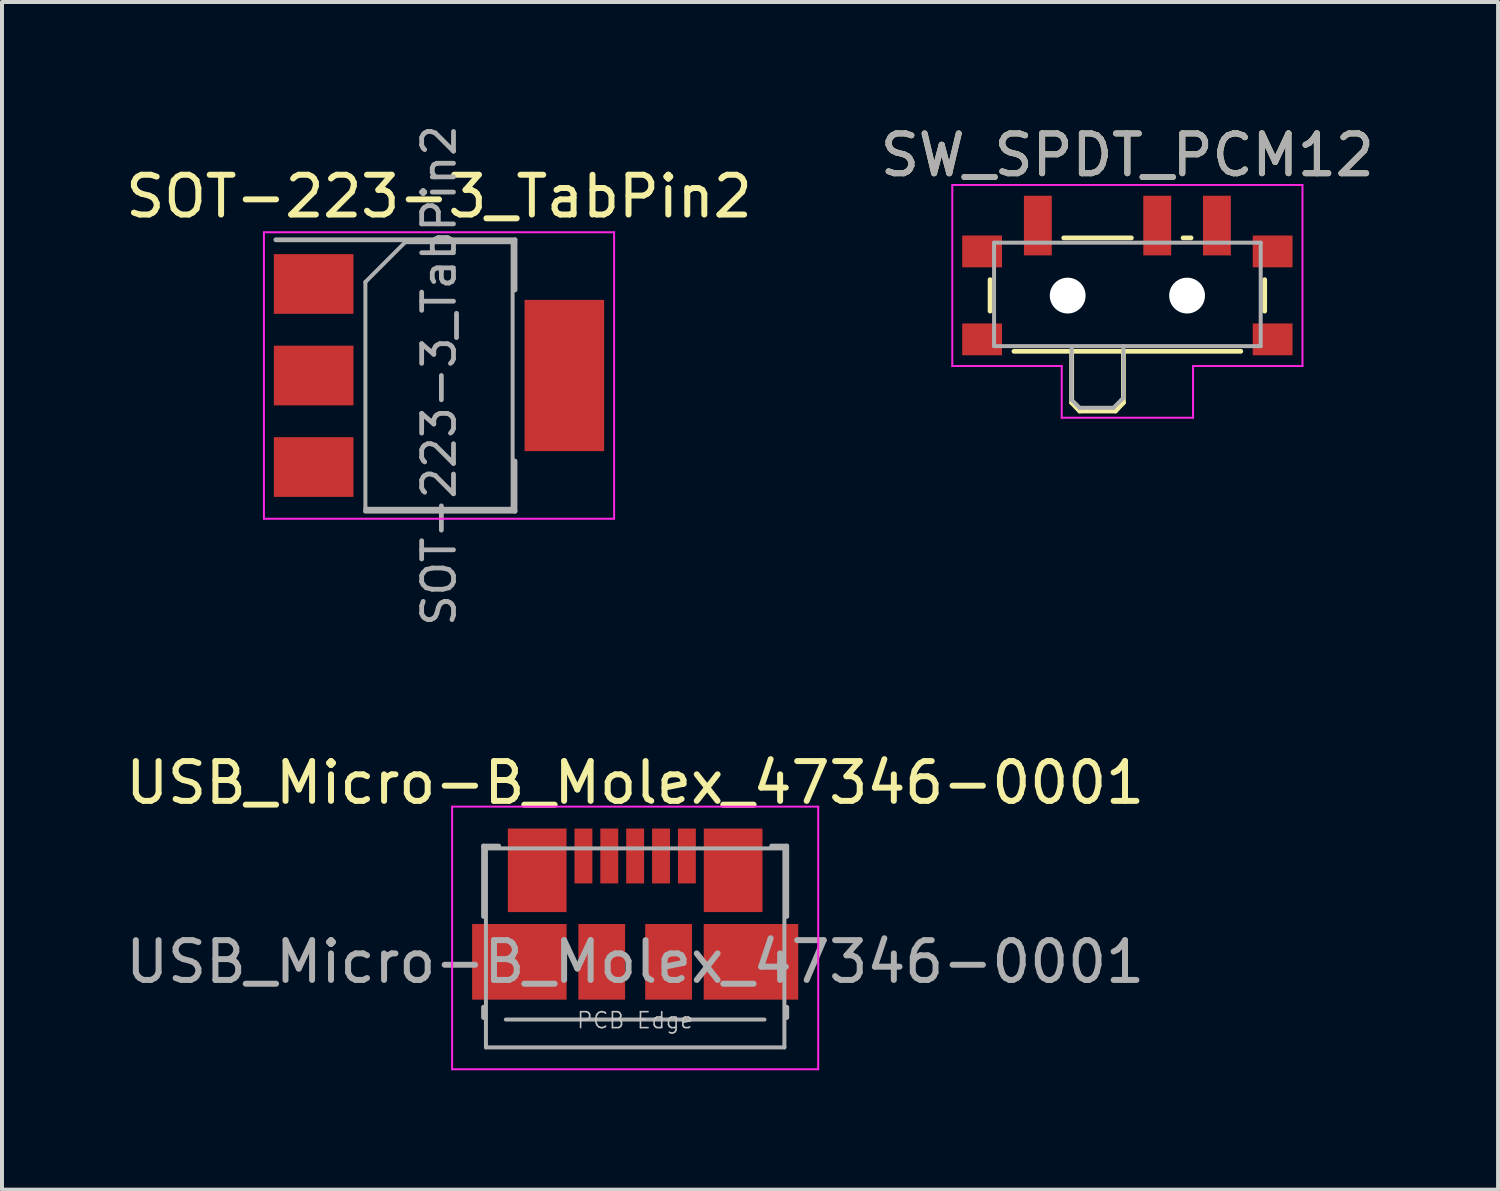
<source format=kicad_pcb>
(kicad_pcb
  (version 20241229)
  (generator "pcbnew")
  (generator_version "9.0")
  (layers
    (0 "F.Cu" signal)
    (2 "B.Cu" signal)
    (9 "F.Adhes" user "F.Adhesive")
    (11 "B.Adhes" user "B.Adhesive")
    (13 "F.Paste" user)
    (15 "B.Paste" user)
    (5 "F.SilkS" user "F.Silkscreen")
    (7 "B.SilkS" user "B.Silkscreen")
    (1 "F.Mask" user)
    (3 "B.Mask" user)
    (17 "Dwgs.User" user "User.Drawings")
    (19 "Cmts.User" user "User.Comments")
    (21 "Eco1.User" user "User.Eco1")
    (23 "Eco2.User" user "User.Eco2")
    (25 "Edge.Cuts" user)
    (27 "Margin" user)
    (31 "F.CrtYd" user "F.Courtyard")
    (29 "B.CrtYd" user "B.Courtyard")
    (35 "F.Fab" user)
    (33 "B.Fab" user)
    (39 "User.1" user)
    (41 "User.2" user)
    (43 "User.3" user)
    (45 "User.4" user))
  (footprint "SOT-223-3_TabPin2"
    (layer "F.Cu")
    (at 7.982 6.386)
    (property "Reference" "SOT-223-3_TabPin2" (at 0 -4.5 0) (layer "F.SilkS") (effects (font (size 1 1) (thickness 0.15))))
    (attr smd)
    (fp_line (start -4.4 -3.6) (end -4.4 3.6) (stroke (width 0.05) (type solid)) (layer "F.CrtYd"))
    (fp_line (start -4.4 3.6) (end 4.4 3.6) (stroke (width 0.05) (type solid)) (layer "F.CrtYd"))
    (fp_line (start 4.4 -3.6) (end -4.4 -3.6) (stroke (width 0.05) (type solid)) (layer "F.CrtYd"))
    (fp_line (start 4.4 3.6) (end 4.4 -3.6) (stroke (width 0.05) (type solid)) (layer "F.CrtYd"))
    (fp_line (start -4.1 -3.41) (end 1.91 -3.41) (stroke (width 0.12) (type solid)) (layer "F.Fab"))
    (fp_line (start -1.85 -2.35) (end -1.85 3.35) (stroke (width 0.1) (type solid)) (layer "F.Fab"))
    (fp_line (start -1.85 -2.35) (end -0.85 -3.35) (stroke (width 0.1) (type solid)) (layer "F.Fab"))
    (fp_line (start -1.85 3.35) (end 1.85 3.35) (stroke (width 0.1) (type solid)) (layer "F.Fab"))
    (fp_line (start -1.85 3.41) (end 1.91 3.41) (stroke (width 0.12) (type solid)) (layer "F.Fab"))
    (fp_line (start -0.85 -3.35) (end 1.85 -3.35) (stroke (width 0.1) (type solid)) (layer "F.Fab"))
    (fp_line (start 1.85 -3.35) (end 1.85 3.35) (stroke (width 0.1) (type solid)) (layer "F.Fab"))
    (fp_line (start 1.91 -3.41) (end 1.91 -2.15) (stroke (width 0.12) (type solid)) (layer "F.Fab"))
    (fp_line (start 1.91 3.41) (end 1.91 2.15) (stroke (width 0.12) (type solid)) (layer "F.Fab"))
    (fp_text user "${REFERENCE}" (at 0 0 90) (layer "F.Fab") (effects (font (size 0.8 0.8) (thickness 0.12))))
    (pad "1" smd rect (at -3.15 -2.3) (size 2 1.5) (layers "F.Cu" "F.Mask" "F.Paste"))
    (pad "2" smd rect (at -3.15 0) (size 2 1.5) (layers "F.Cu" "F.Mask" "F.Paste"))
    (pad "2" smd rect (at 3.15 0) (size 2 3.8) (layers "F.Cu" "F.Mask" "F.Paste"))
    (pad "3" smd rect (at -3.15 2.3) (size 2 1.5) (layers "F.Cu" "F.Mask" "F.Paste")))
  (footprint "SW_SPDT_PCM12"
    (layer "F.Cu")
    (at 25.28 4.048)
    (property "Reference" "SW_SPDT_PCM12" (at 0 -3.2 0) (layer "F.SilkS") (effects (font (size 1 1) (thickness 0.15))))
    (attr smd)
    (fp_line (start -3.45 -0.07) (end -3.45 0.72) (stroke (width 0.12) (type solid)) (layer "F.SilkS"))
    (fp_line (start -2.85 1.73) (end 2.85 1.73) (stroke (width 0.12) (type solid)) (layer "F.SilkS"))
    (fp_line (start -1.6 -1.12) (end 0.1 -1.12) (stroke (width 0.12) (type solid)) (layer "F.SilkS"))
    (fp_line (start -1.4 1.73) (end -1.4 3.02) (stroke (width 0.12) (type solid)) (layer "F.SilkS"))
    (fp_line (start -1.4 3.02) (end -1.2 3.23) (stroke (width 0.12) (type solid)) (layer "F.SilkS"))
    (fp_line (start -1.2 3.23) (end -0.3 3.23) (stroke (width 0.12) (type solid)) (layer "F.SilkS"))
    (fp_line (start -0.1 3.02) (end -0.3 3.23) (stroke (width 0.12) (type solid)) (layer "F.SilkS"))
    (fp_line (start -0.1 3.02) (end -0.1 1.73) (stroke (width 0.12) (type solid)) (layer "F.SilkS"))
    (fp_line (start 1.4 -1.12) (end 1.6 -1.12) (stroke (width 0.12) (type solid)) (layer "F.SilkS"))
    (fp_line (start 3.45 0.72) (end 3.45 -0.07) (stroke (width 0.12) (type solid)) (layer "F.SilkS"))
    (fp_line (start -4.4 -2.45) (end 4.4 -2.45) (stroke (width 0.05) (type solid)) (layer "F.CrtYd"))
    (fp_line (start -4.4 2.1) (end -4.4 -2.45) (stroke (width 0.05) (type solid)) (layer "F.CrtYd"))
    (fp_line (start -1.65 2.1) (end -4.4 2.1) (stroke (width 0.05) (type solid)) (layer "F.CrtYd"))
    (fp_line (start -1.65 3.4) (end -1.65 2.1) (stroke (width 0.05) (type solid)) (layer "F.CrtYd"))
    (fp_line (start 1.65 2.1) (end 1.65 3.4) (stroke (width 0.05) (type solid)) (layer "F.CrtYd"))
    (fp_line (start 1.65 3.4) (end -1.65 3.4) (stroke (width 0.05) (type solid)) (layer "F.CrtYd"))
    (fp_line (start 4.4 -2.45) (end 4.4 2.1) (stroke (width 0.05) (type solid)) (layer "F.CrtYd"))
    (fp_line (start 4.4 2.1) (end 1.65 2.1) (stroke (width 0.05) (type solid)) (layer "F.CrtYd"))
    (fp_line (start -3.35 -1) (end -3.35 1.6) (stroke (width 0.1) (type solid)) (layer "F.Fab"))
    (fp_line (start -3.35 1.6) (end 3.35 1.6) (stroke (width 0.1) (type solid)) (layer "F.Fab"))
    (fp_line (start -1.4 1.65) (end -1.4 2.95) (stroke (width 0.1) (type solid)) (layer "F.Fab"))
    (fp_line (start -1.4 2.95) (end -1.2 3.15) (stroke (width 0.1) (type solid)) (layer "F.Fab"))
    (fp_line (start -1.2 3.15) (end -0.35 3.15) (stroke (width 0.1) (type solid)) (layer "F.Fab"))
    (fp_line (start -0.35 3.15) (end -0.15 2.95) (stroke (width 0.1) (type solid)) (layer "F.Fab"))
    (fp_line (start -0.15 2.95) (end -0.1 2.9) (stroke (width 0.1) (type solid)) (layer "F.Fab"))
    (fp_line (start -0.1 2.9) (end -0.1 1.6) (stroke (width 0.1) (type solid)) (layer "F.Fab"))
    (fp_line (start 3.35 -1) (end -3.35 -1) (stroke (width 0.1) (type solid)) (layer "F.Fab"))
    (fp_line (start 3.35 1.6) (end 3.35 -1) (stroke (width 0.1) (type solid)) (layer "F.Fab"))
    (fp_text user "${REFERENCE}" (at 0 -3.2 0) (layer "F.Fab") (effects (font (size 1 1) (thickness 0.15))))
    (pad "" np_thru_hole circle (at -1.5 0.33) (size 0.9 0.9) (drill 0.9) (layers "*.Cu" "*.Mask"))
    (pad "" np_thru_hole circle (at 1.5 0.33) (size 0.9 0.9) (drill 0.9) (layers "*.Cu" "*.Mask"))
    (pad "1" smd rect (at -2.25 -1.43) (size 0.7 1.5) (layers "F.Cu" "F.Mask" "F.Paste"))
    (pad "2" smd rect (at 0.75 -1.43) (size 0.7 1.5) (layers "F.Cu" "F.Mask" "F.Paste"))
    (pad "3" smd rect (at 2.25 -1.43) (size 0.7 1.5) (layers "F.Cu" "F.Mask" "F.Paste"))
    (pad "4" smd rect (at 3.65 -0.78) (size 1 0.8) (layers "F.Cu" "F.Mask" "F.Paste"))
    (pad "5" smd rect (at 3.65 1.43) (size 1 0.8) (layers "F.Cu" "F.Mask" "F.Paste"))
    (pad "6" smd rect (at -3.65 1.43) (size 1 0.8) (layers "F.Cu" "F.Mask" "F.Paste"))
    (pad "7" smd rect (at -3.65 -0.78) (size 1 0.8) (layers "F.Cu" "F.Mask" "F.Paste")))
  (footprint "USB_Micro-B_Molex_47346-0001"
    (layer "F.Cu")
    (at 12.911 19.92)
    (property "Reference" "USB_Micro-B_Molex_47346-0001" (at 0 -3.3 180) (layer "F.SilkS") (effects (font (size 1 1) (thickness 0.15))))
    (attr smd)
    (fp_line (start -4.6 -2.7) (end 4.6 -2.7) (stroke (width 0.05) (type solid)) (layer "F.CrtYd"))
    (fp_line (start -4.6 3.9) (end -4.6 -2.7) (stroke (width 0.05) (type solid)) (layer "F.CrtYd"))
    (fp_line (start 4.6 -2.7) (end 4.6 3.9) (stroke (width 0.05) (type solid)) (layer "F.CrtYd"))
    (fp_line (start 4.6 3.9) (end -4.6 3.9) (stroke (width 0.05) (type solid)) (layer "F.CrtYd"))
    (fp_line (start -3.81 -1.71) (end -3.43 -1.71) (stroke (width 0.12) (type solid)) (layer "F.Fab"))
    (fp_line (start -3.81 0.06) (end -3.81 -1.71) (stroke (width 0.12) (type solid)) (layer "F.Fab"))
    (fp_line (start -3.81 2.6) (end -3.81 2.34) (stroke (width 0.12) (type solid)) (layer "F.Fab"))
    (fp_line (start -3.75 -1.65) (end 3.75 -1.65) (stroke (width 0.1) (type solid)) (layer "F.Fab"))
    (fp_line (start -3.75 3.35) (end -3.75 -1.65) (stroke (width 0.1) (type solid)) (layer "F.Fab"))
    (fp_line (start -3.25 2.65) (end 3.25 2.65) (stroke (width 0.1) (type solid)) (layer "F.Fab"))
    (fp_line (start 3.75 -1.65) (end 3.75 3.35) (stroke (width 0.1) (type solid)) (layer "F.Fab"))
    (fp_line (start 3.75 3.35) (end -3.75 3.35) (stroke (width 0.1) (type solid)) (layer "F.Fab"))
    (fp_line (start 3.81 -1.71) (end 3.43 -1.71) (stroke (width 0.12) (type solid)) (layer "F.Fab"))
    (fp_line (start 3.81 -1.71) (end 3.81 0.06) (stroke (width 0.12) (type solid)) (layer "F.Fab"))
    (fp_line (start 3.81 2.34) (end 3.81 2.6) (stroke (width 0.12) (type solid)) (layer "F.Fab"))
    (fp_text user "PCB Edge" (at 0 2.67 180) (layer "Dwgs.User") (effects (font (size 0.4 0.4) (thickness 0.04))))
    (fp_text user "${REFERENCE}" (at 0 1.2 0) (layer "F.Fab") (effects (font (size 1 1) (thickness 0.15))))
    (pad "1" smd rect (at -1.3 -1.46) (size 0.45 1.38) (layers "F.Cu" "F.Mask" "F.Paste"))
    (pad "2" smd rect (at -0.65 -1.46) (size 0.45 1.38) (layers "F.Cu" "F.Mask" "F.Paste"))
    (pad "3" smd rect (at 0 -1.46) (size 0.45 1.38) (layers "F.Cu" "F.Mask" "F.Paste"))
    (pad "4" smd rect (at 0.65 -1.46) (size 0.45 1.38) (layers "F.Cu" "F.Mask" "F.Paste"))
    (pad "5" smd rect (at 1.3 -1.46) (size 0.45 1.38) (layers "F.Cu" "F.Mask" "F.Paste"))
    (pad "6" smd rect (at -2.91 1.2) (size 2.375 1.9) (layers "F.Cu" "F.Mask" "F.Paste"))
    (pad "6" smd rect (at -2.462 -1.1) (size 1.475 2.1) (layers "F.Cu" "F.Mask" "F.Paste"))
    (pad "6" smd rect (at -0.84 1.2) (size 1.175 1.9) (layers "F.Cu" "F.Mask" "F.Paste"))
    (pad "6" smd rect (at 0.84 1.2) (size 1.175 1.9) (layers "F.Cu" "F.Mask" "F.Paste"))
    (pad "6" smd rect (at 2.462 -1.1) (size 1.475 2.1) (layers "F.Cu" "F.Mask" "F.Paste"))
    (pad "6" smd rect (at 2.91 1.2) (size 2.375 1.9) (layers "F.Cu" "F.Mask" "F.Paste")))
  (gr_rect
    (start -3 -3)
    (end 34.595 26.845)
    (stroke (width 0.1) (type default))
    (fill no)
    (layer "Edge.Cuts")))
</source>
